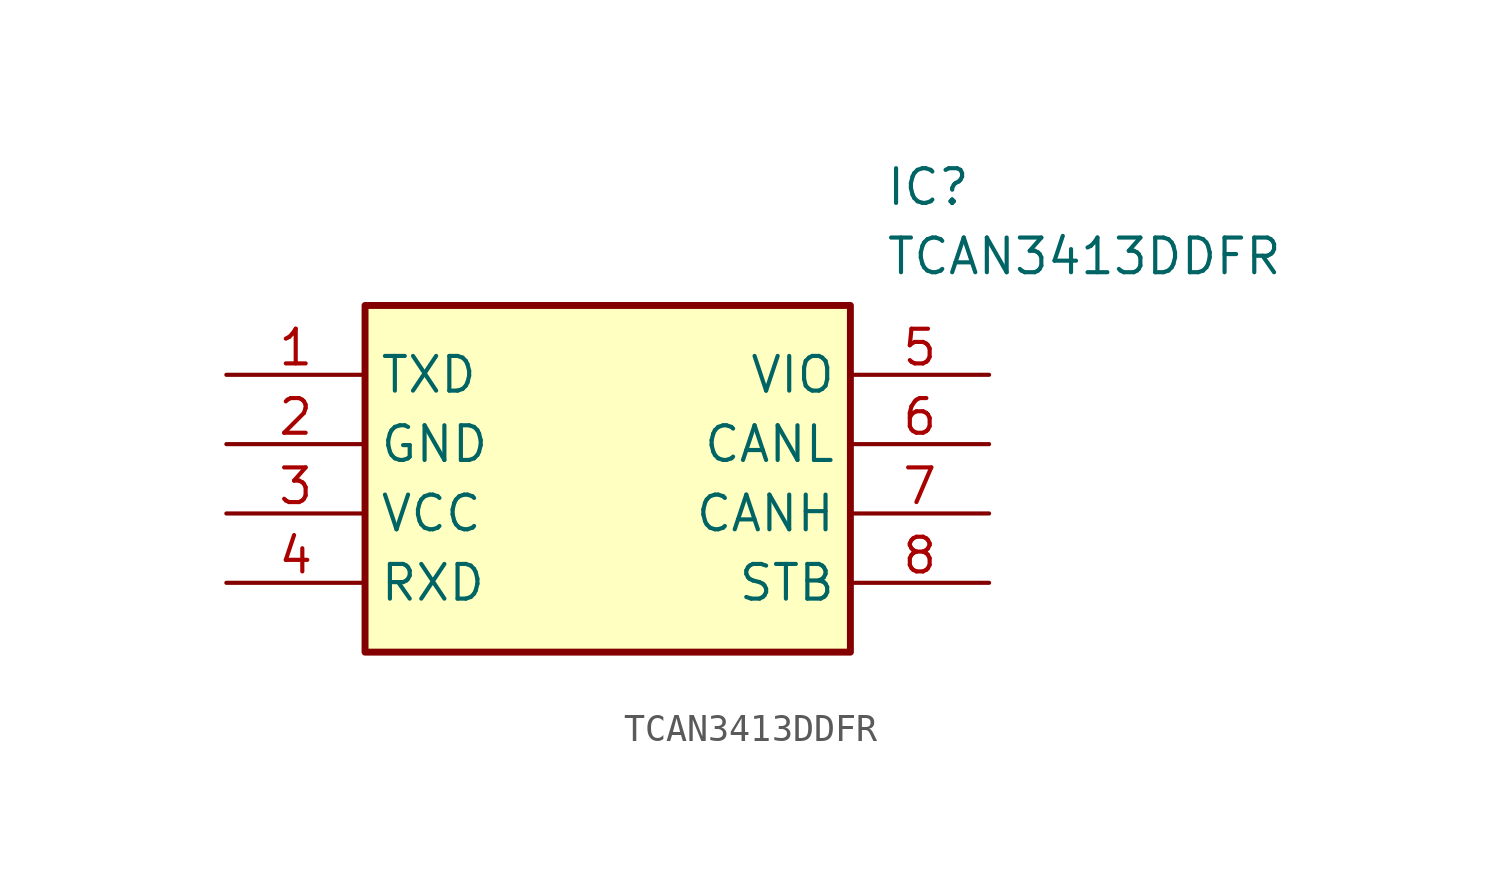
<source format=kicad_sym>
(kicad_symbol_lib
  (version 20211014)
  (generator SamacSys_ECAD_Model)
  (symbol "TCAN3413DDFR"
    (property "Reference" "IC"
      (at 24.13 7.62 0)
      (effects (font (size 1.27 1.27)) (justify left top)))
    (property "Value" "TCAN3413DDFR"
      (at 24.13 5.08 0)
      (effects (font (size 1.27 1.27)) (justify left top)))
    (rectangle
      (start 5.08 2.54)
      (end 22.86 -10.16)
      (stroke (width 0.254) (type default))
      (fill (type background)))
    (pin passive line
      (at 0 0 0)
      (length 5.08)
      (name "TXD" (effects (font (size 1.27 1.27))))
      (number "1" (effects (font (size 1.27 1.27)))))
    (pin passive line
      (at 0 -2.54 0)
      (length 5.08)
      (name "GND" (effects (font (size 1.27 1.27))))
      (number "2" (effects (font (size 1.27 1.27)))))
    (pin passive line
      (at 0 -5.08 0)
      (length 5.08)
      (name "VCC" (effects (font (size 1.27 1.27))))
      (number "3" (effects (font (size 1.27 1.27)))))
    (pin passive line
      (at 0 -7.62 0)
      (length 5.08)
      (name "RXD" (effects (font (size 1.27 1.27))))
      (number "4" (effects (font (size 1.27 1.27)))))
    (pin passive line
      (at 27.94 0 180)
      (length 5.08)
      (name "VIO" (effects (font (size 1.27 1.27))))
      (number "5" (effects (font (size 1.27 1.27)))))
    (pin passive line
      (at 27.94 -2.54 180)
      (length 5.08)
      (name "CANL" (effects (font (size 1.27 1.27))))
      (number "6" (effects (font (size 1.27 1.27)))))
    (pin passive line
      (at 27.94 -5.08 180)
      (length 5.08)
      (name "CANH" (effects (font (size 1.27 1.27))))
      (number "7" (effects (font (size 1.27 1.27)))))
    (pin passive line
      (at 27.94 -7.62 180)
      (length 5.08)
      (name "STB" (effects (font (size 1.27 1.27))))
      (number "8" (effects (font (size 1.27 1.27)))))))
</source>
